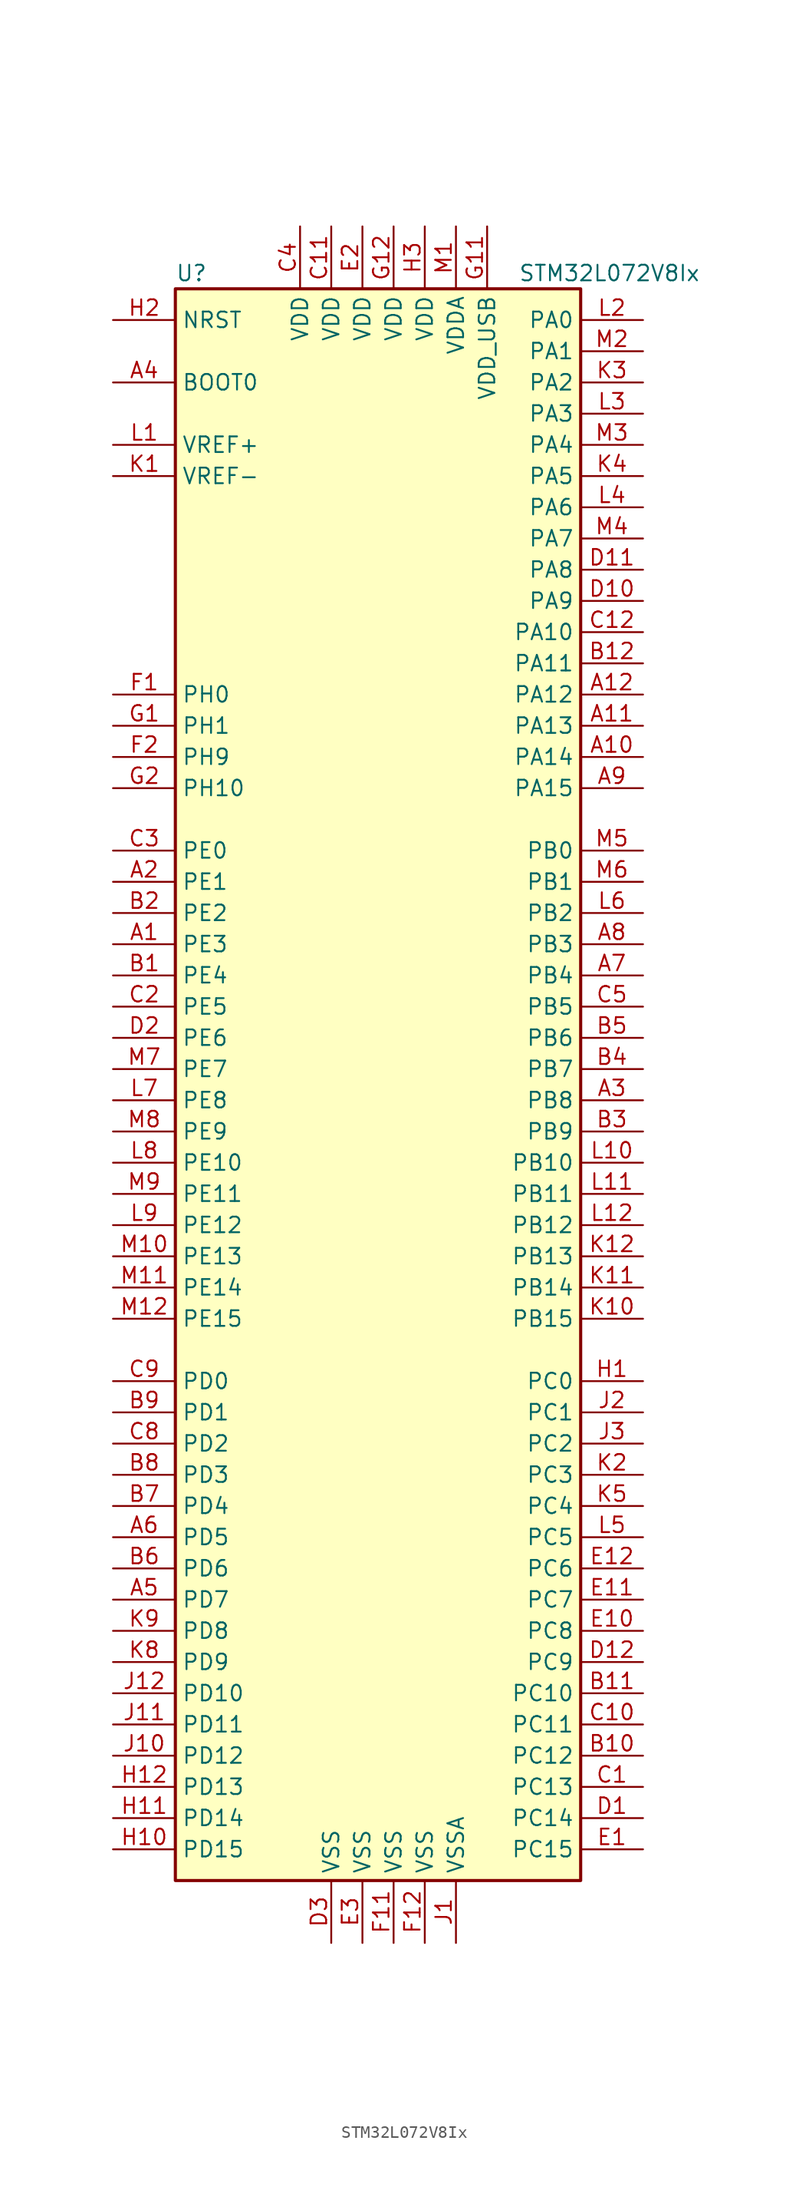
<source format=kicad_sym>
(kicad_symbol_lib
  (version 20201005)
  (generator kicad_symbol_editor)
  (symbol "STM32L072V8Ix"
    (property "Reference" "U"
      (at -17.78 64.77 0)
      (effects (font (size 1.27 1.27)) (justify left)))
    (property "Value" "STM32L072V8Ix"
      (at 10.16 64.77 0)
      (effects (font (size 1.27 1.27)) (justify left)))
    (symbol "STM32L072V8Ix_0_1"
      (rectangle (start -17.78 -66.04) (end 15.24 63.5) (stroke (width 0.254)) (fill (type background))))
    (symbol "STM32L072V8Ix_1_1"
      (pin bidirectional line (at -22.86 10.16 0) (length 5.08) (name "PE3" (effects (font (size 1.27 1.27)))) (number "A1" (effects (font (size 1.27 1.27)))))
      (pin bidirectional line (at 20.32 25.4 180) (length 5.08) (name "PA14" (effects (font (size 1.27 1.27)))) (number "A10" (effects (font (size 1.27 1.27)))))
      (pin bidirectional line (at 20.32 27.94 180) (length 5.08) (name "PA13" (effects (font (size 1.27 1.27)))) (number "A11" (effects (font (size 1.27 1.27)))))
      (pin bidirectional line (at 20.32 30.48 180) (length 5.08) (name "PA12" (effects (font (size 1.27 1.27)))) (number "A12" (effects (font (size 1.27 1.27)))))
      (pin bidirectional line (at -22.86 15.24 0) (length 5.08) (name "PE1" (effects (font (size 1.27 1.27)))) (number "A2" (effects (font (size 1.27 1.27)))))
      (pin bidirectional line (at 20.32 -2.54 180) (length 5.08) (name "PB8" (effects (font (size 1.27 1.27)))) (number "A3" (effects (font (size 1.27 1.27)))))
      (pin input line (at -22.86 55.88 0) (length 5.08) (name "BOOT0" (effects (font (size 1.27 1.27)))) (number "A4" (effects (font (size 1.27 1.27)))))
      (pin bidirectional line (at -22.86 -43.18 0) (length 5.08) (name "PD7" (effects (font (size 1.27 1.27)))) (number "A5" (effects (font (size 1.27 1.27)))))
      (pin bidirectional line (at -22.86 -38.1 0) (length 5.08) (name "PD5" (effects (font (size 1.27 1.27)))) (number "A6" (effects (font (size 1.27 1.27)))))
      (pin bidirectional line (at 20.32 7.62 180) (length 5.08) (name "PB4" (effects (font (size 1.27 1.27)))) (number "A7" (effects (font (size 1.27 1.27)))))
      (pin bidirectional line (at 20.32 10.16 180) (length 5.08) (name "PB3" (effects (font (size 1.27 1.27)))) (number "A8" (effects (font (size 1.27 1.27)))))
      (pin bidirectional line (at 20.32 22.86 180) (length 5.08) (name "PA15" (effects (font (size 1.27 1.27)))) (number "A9" (effects (font (size 1.27 1.27)))))
      (pin bidirectional line (at -22.86 7.62 0) (length 5.08) (name "PE4" (effects (font (size 1.27 1.27)))) (number "B1" (effects (font (size 1.27 1.27)))))
      (pin bidirectional line (at 20.32 -55.88 180) (length 5.08) (name "PC12" (effects (font (size 1.27 1.27)))) (number "B10" (effects (font (size 1.27 1.27)))))
      (pin bidirectional line (at 20.32 -50.8 180) (length 5.08) (name "PC10" (effects (font (size 1.27 1.27)))) (number "B11" (effects (font (size 1.27 1.27)))))
      (pin bidirectional line (at 20.32 33.02 180) (length 5.08) (name "PA11" (effects (font (size 1.27 1.27)))) (number "B12" (effects (font (size 1.27 1.27)))))
      (pin bidirectional line (at -22.86 12.7 0) (length 5.08) (name "PE2" (effects (font (size 1.27 1.27)))) (number "B2" (effects (font (size 1.27 1.27)))))
      (pin bidirectional line (at 20.32 -5.08 180) (length 5.08) (name "PB9" (effects (font (size 1.27 1.27)))) (number "B3" (effects (font (size 1.27 1.27)))))
      (pin bidirectional line (at 20.32 0 180) (length 5.08) (name "PB7" (effects (font (size 1.27 1.27)))) (number "B4" (effects (font (size 1.27 1.27)))))
      (pin bidirectional line (at 20.32 2.54 180) (length 5.08) (name "PB6" (effects (font (size 1.27 1.27)))) (number "B5" (effects (font (size 1.27 1.27)))))
      (pin bidirectional line (at -22.86 -40.64 0) (length 5.08) (name "PD6" (effects (font (size 1.27 1.27)))) (number "B6" (effects (font (size 1.27 1.27)))))
      (pin bidirectional line (at -22.86 -35.56 0) (length 5.08) (name "PD4" (effects (font (size 1.27 1.27)))) (number "B7" (effects (font (size 1.27 1.27)))))
      (pin bidirectional line (at -22.86 -33.02 0) (length 5.08) (name "PD3" (effects (font (size 1.27 1.27)))) (number "B8" (effects (font (size 1.27 1.27)))))
      (pin bidirectional line (at -22.86 -27.94 0) (length 5.08) (name "PD1" (effects (font (size 1.27 1.27)))) (number "B9" (effects (font (size 1.27 1.27)))))
      (pin bidirectional line (at 20.32 -58.42 180) (length 5.08) (name "PC13" (effects (font (size 1.27 1.27)))) (number "C1" (effects (font (size 1.27 1.27)))))
      (pin bidirectional line (at 20.32 -53.34 180) (length 5.08) (name "PC11" (effects (font (size 1.27 1.27)))) (number "C10" (effects (font (size 1.27 1.27)))))
      (pin power_in line (at -5.08 68.58 270) (length 5.08) (name "VDD" (effects (font (size 1.27 1.27)))) (number "C11" (effects (font (size 1.27 1.27)))))
      (pin bidirectional line (at 20.32 35.56 180) (length 5.08) (name "PA10" (effects (font (size 1.27 1.27)))) (number "C12" (effects (font (size 1.27 1.27)))))
      (pin bidirectional line (at -22.86 5.08 0) (length 5.08) (name "PE5" (effects (font (size 1.27 1.27)))) (number "C2" (effects (font (size 1.27 1.27)))))
      (pin bidirectional line (at -22.86 17.78 0) (length 5.08) (name "PE0" (effects (font (size 1.27 1.27)))) (number "C3" (effects (font (size 1.27 1.27)))))
      (pin power_in line (at -7.62 68.58 270) (length 5.08) (name "VDD" (effects (font (size 1.27 1.27)))) (number "C4" (effects (font (size 1.27 1.27)))))
      (pin bidirectional line (at 20.32 5.08 180) (length 5.08) (name "PB5" (effects (font (size 1.27 1.27)))) (number "C5" (effects (font (size 1.27 1.27)))))
      (pin bidirectional line (at -22.86 -30.48 0) (length 5.08) (name "PD2" (effects (font (size 1.27 1.27)))) (number "C8" (effects (font (size 1.27 1.27)))))
      (pin bidirectional line (at -22.86 -25.4 0) (length 5.08) (name "PD0" (effects (font (size 1.27 1.27)))) (number "C9" (effects (font (size 1.27 1.27)))))
      (pin bidirectional line (at 20.32 -60.96 180) (length 5.08) (name "PC14" (effects (font (size 1.27 1.27)))) (number "D1" (effects (font (size 1.27 1.27)))))
      (pin bidirectional line (at 20.32 38.1 180) (length 5.08) (name "PA9" (effects (font (size 1.27 1.27)))) (number "D10" (effects (font (size 1.27 1.27)))))
      (pin bidirectional line (at 20.32 40.64 180) (length 5.08) (name "PA8" (effects (font (size 1.27 1.27)))) (number "D11" (effects (font (size 1.27 1.27)))))
      (pin bidirectional line (at 20.32 -48.26 180) (length 5.08) (name "PC9" (effects (font (size 1.27 1.27)))) (number "D12" (effects (font (size 1.27 1.27)))))
      (pin bidirectional line (at -22.86 2.54 0) (length 5.08) (name "PE6" (effects (font (size 1.27 1.27)))) (number "D2" (effects (font (size 1.27 1.27)))))
      (pin power_in line (at -5.08 -71.12 90) (length 5.08) (name "VSS" (effects (font (size 1.27 1.27)))) (number "D3" (effects (font (size 1.27 1.27)))))
      (pin bidirectional line (at 20.32 -63.5 180) (length 5.08) (name "PC15" (effects (font (size 1.27 1.27)))) (number "E1" (effects (font (size 1.27 1.27)))))
      (pin bidirectional line (at 20.32 -45.72 180) (length 5.08) (name "PC8" (effects (font (size 1.27 1.27)))) (number "E10" (effects (font (size 1.27 1.27)))))
      (pin bidirectional line (at 20.32 -43.18 180) (length 5.08) (name "PC7" (effects (font (size 1.27 1.27)))) (number "E11" (effects (font (size 1.27 1.27)))))
      (pin bidirectional line (at 20.32 -40.64 180) (length 5.08) (name "PC6" (effects (font (size 1.27 1.27)))) (number "E12" (effects (font (size 1.27 1.27)))))
      (pin power_in line (at -2.54 68.58 270) (length 5.08) (name "VDD" (effects (font (size 1.27 1.27)))) (number "E2" (effects (font (size 1.27 1.27)))))
      (pin power_in line (at -2.54 -71.12 90) (length 5.08) (name "VSS" (effects (font (size 1.27 1.27)))) (number "E3" (effects (font (size 1.27 1.27)))))
      (pin input line (at -22.86 30.48 0) (length 5.08) (name "PH0" (effects (font (size 1.27 1.27)))) (number "F1" (effects (font (size 1.27 1.27)))))
      (pin power_in line (at 0 -71.12 90) (length 5.08) (name "VSS" (effects (font (size 1.27 1.27)))) (number "F11" (effects (font (size 1.27 1.27)))))
      (pin power_in line (at 2.54 -71.12 90) (length 5.08) (name "VSS" (effects (font (size 1.27 1.27)))) (number "F12" (effects (font (size 1.27 1.27)))))
      (pin bidirectional line (at -22.86 25.4 0) (length 5.08) (name "PH9" (effects (font (size 1.27 1.27)))) (number "F2" (effects (font (size 1.27 1.27)))))
      (pin input line (at -22.86 27.94 0) (length 5.08) (name "PH1" (effects (font (size 1.27 1.27)))) (number "G1" (effects (font (size 1.27 1.27)))))
      (pin power_in line (at 7.62 68.58 270) (length 5.08) (name "VDD_USB" (effects (font (size 1.27 1.27)))) (number "G11" (effects (font (size 1.27 1.27)))))
      (pin power_in line (at 0 68.58 270) (length 5.08) (name "VDD" (effects (font (size 1.27 1.27)))) (number "G12" (effects (font (size 1.27 1.27)))))
      (pin bidirectional line (at -22.86 22.86 0) (length 5.08) (name "PH10" (effects (font (size 1.27 1.27)))) (number "G2" (effects (font (size 1.27 1.27)))))
      (pin bidirectional line (at 20.32 -25.4 180) (length 5.08) (name "PC0" (effects (font (size 1.27 1.27)))) (number "H1" (effects (font (size 1.27 1.27)))))
      (pin bidirectional line (at -22.86 -63.5 0) (length 5.08) (name "PD15" (effects (font (size 1.27 1.27)))) (number "H10" (effects (font (size 1.27 1.27)))))
      (pin bidirectional line (at -22.86 -60.96 0) (length 5.08) (name "PD14" (effects (font (size 1.27 1.27)))) (number "H11" (effects (font (size 1.27 1.27)))))
      (pin bidirectional line (at -22.86 -58.42 0) (length 5.08) (name "PD13" (effects (font (size 1.27 1.27)))) (number "H12" (effects (font (size 1.27 1.27)))))
      (pin input line (at -22.86 60.96 0) (length 5.08) (name "NRST" (effects (font (size 1.27 1.27)))) (number "H2" (effects (font (size 1.27 1.27)))))
      (pin power_in line (at 2.54 68.58 270) (length 5.08) (name "VDD" (effects (font (size 1.27 1.27)))) (number "H3" (effects (font (size 1.27 1.27)))))
      (pin power_in line (at 5.08 -71.12 90) (length 5.08) (name "VSSA" (effects (font (size 1.27 1.27)))) (number "J1" (effects (font (size 1.27 1.27)))))
      (pin bidirectional line (at -22.86 -55.88 0) (length 5.08) (name "PD12" (effects (font (size 1.27 1.27)))) (number "J10" (effects (font (size 1.27 1.27)))))
      (pin bidirectional line (at -22.86 -53.34 0) (length 5.08) (name "PD11" (effects (font (size 1.27 1.27)))) (number "J11" (effects (font (size 1.27 1.27)))))
      (pin bidirectional line (at -22.86 -50.8 0) (length 5.08) (name "PD10" (effects (font (size 1.27 1.27)))) (number "J12" (effects (font (size 1.27 1.27)))))
      (pin bidirectional line (at 20.32 -27.94 180) (length 5.08) (name "PC1" (effects (font (size 1.27 1.27)))) (number "J2" (effects (font (size 1.27 1.27)))))
      (pin bidirectional line (at 20.32 -30.48 180) (length 5.08) (name "PC2" (effects (font (size 1.27 1.27)))) (number "J3" (effects (font (size 1.27 1.27)))))
      (pin power_in line (at -22.86 48.26 0) (length 5.08) (name "VREF-" (effects (font (size 1.27 1.27)))) (number "K1" (effects (font (size 1.27 1.27)))))
      (pin bidirectional line (at 20.32 -20.32 180) (length 5.08) (name "PB15" (effects (font (size 1.27 1.27)))) (number "K10" (effects (font (size 1.27 1.27)))))
      (pin bidirectional line (at 20.32 -17.78 180) (length 5.08) (name "PB14" (effects (font (size 1.27 1.27)))) (number "K11" (effects (font (size 1.27 1.27)))))
      (pin bidirectional line (at 20.32 -15.24 180) (length 5.08) (name "PB13" (effects (font (size 1.27 1.27)))) (number "K12" (effects (font (size 1.27 1.27)))))
      (pin bidirectional line (at 20.32 -33.02 180) (length 5.08) (name "PC3" (effects (font (size 1.27 1.27)))) (number "K2" (effects (font (size 1.27 1.27)))))
      (pin bidirectional line (at 20.32 55.88 180) (length 5.08) (name "PA2" (effects (font (size 1.27 1.27)))) (number "K3" (effects (font (size 1.27 1.27)))))
      (pin bidirectional line (at 20.32 48.26 180) (length 5.08) (name "PA5" (effects (font (size 1.27 1.27)))) (number "K4" (effects (font (size 1.27 1.27)))))
      (pin bidirectional line (at 20.32 -35.56 180) (length 5.08) (name "PC4" (effects (font (size 1.27 1.27)))) (number "K5" (effects (font (size 1.27 1.27)))))
      (pin bidirectional line (at -22.86 -48.26 0) (length 5.08) (name "PD9" (effects (font (size 1.27 1.27)))) (number "K8" (effects (font (size 1.27 1.27)))))
      (pin bidirectional line (at -22.86 -45.72 0) (length 5.08) (name "PD8" (effects (font (size 1.27 1.27)))) (number "K9" (effects (font (size 1.27 1.27)))))
      (pin power_in line (at -22.86 50.8 0) (length 5.08) (name "VREF+" (effects (font (size 1.27 1.27)))) (number "L1" (effects (font (size 1.27 1.27)))))
      (pin bidirectional line (at 20.32 -7.62 180) (length 5.08) (name "PB10" (effects (font (size 1.27 1.27)))) (number "L10" (effects (font (size 1.27 1.27)))))
      (pin bidirectional line (at 20.32 -10.16 180) (length 5.08) (name "PB11" (effects (font (size 1.27 1.27)))) (number "L11" (effects (font (size 1.27 1.27)))))
      (pin bidirectional line (at 20.32 -12.7 180) (length 5.08) (name "PB12" (effects (font (size 1.27 1.27)))) (number "L12" (effects (font (size 1.27 1.27)))))
      (pin bidirectional line (at 20.32 60.96 180) (length 5.08) (name "PA0" (effects (font (size 1.27 1.27)))) (number "L2" (effects (font (size 1.27 1.27)))))
      (pin bidirectional line (at 20.32 53.34 180) (length 5.08) (name "PA3" (effects (font (size 1.27 1.27)))) (number "L3" (effects (font (size 1.27 1.27)))))
      (pin bidirectional line (at 20.32 45.72 180) (length 5.08) (name "PA6" (effects (font (size 1.27 1.27)))) (number "L4" (effects (font (size 1.27 1.27)))))
      (pin bidirectional line (at 20.32 -38.1 180) (length 5.08) (name "PC5" (effects (font (size 1.27 1.27)))) (number "L5" (effects (font (size 1.27 1.27)))))
      (pin bidirectional line (at 20.32 12.7 180) (length 5.08) (name "PB2" (effects (font (size 1.27 1.27)))) (number "L6" (effects (font (size 1.27 1.27)))))
      (pin bidirectional line (at -22.86 -2.54 0) (length 5.08) (name "PE8" (effects (font (size 1.27 1.27)))) (number "L7" (effects (font (size 1.27 1.27)))))
      (pin bidirectional line (at -22.86 -7.62 0) (length 5.08) (name "PE10" (effects (font (size 1.27 1.27)))) (number "L8" (effects (font (size 1.27 1.27)))))
      (pin bidirectional line (at -22.86 -12.7 0) (length 5.08) (name "PE12" (effects (font (size 1.27 1.27)))) (number "L9" (effects (font (size 1.27 1.27)))))
      (pin power_in line (at 5.08 68.58 270) (length 5.08) (name "VDDA" (effects (font (size 1.27 1.27)))) (number "M1" (effects (font (size 1.27 1.27)))))
      (pin bidirectional line (at -22.86 -15.24 0) (length 5.08) (name "PE13" (effects (font (size 1.27 1.27)))) (number "M10" (effects (font (size 1.27 1.27)))))
      (pin bidirectional line (at -22.86 -17.78 0) (length 5.08) (name "PE14" (effects (font (size 1.27 1.27)))) (number "M11" (effects (font (size 1.27 1.27)))))
      (pin bidirectional line (at -22.86 -20.32 0) (length 5.08) (name "PE15" (effects (font (size 1.27 1.27)))) (number "M12" (effects (font (size 1.27 1.27)))))
      (pin bidirectional line (at 20.32 58.42 180) (length 5.08) (name "PA1" (effects (font (size 1.27 1.27)))) (number "M2" (effects (font (size 1.27 1.27)))))
      (pin bidirectional line (at 20.32 50.8 180) (length 5.08) (name "PA4" (effects (font (size 1.27 1.27)))) (number "M3" (effects (font (size 1.27 1.27)))))
      (pin bidirectional line (at 20.32 43.18 180) (length 5.08) (name "PA7" (effects (font (size 1.27 1.27)))) (number "M4" (effects (font (size 1.27 1.27)))))
      (pin bidirectional line (at 20.32 17.78 180) (length 5.08) (name "PB0" (effects (font (size 1.27 1.27)))) (number "M5" (effects (font (size 1.27 1.27)))))
      (pin bidirectional line (at 20.32 15.24 180) (length 5.08) (name "PB1" (effects (font (size 1.27 1.27)))) (number "M6" (effects (font (size 1.27 1.27)))))
      (pin bidirectional line (at -22.86 0 0) (length 5.08) (name "PE7" (effects (font (size 1.27 1.27)))) (number "M7" (effects (font (size 1.27 1.27)))))
      (pin bidirectional line (at -22.86 -5.08 0) (length 5.08) (name "PE9" (effects (font (size 1.27 1.27)))) (number "M8" (effects (font (size 1.27 1.27)))))
      (pin bidirectional line (at -22.86 -10.16 0) (length 5.08) (name "PE11" (effects (font (size 1.27 1.27)))) (number "M9" (effects (font (size 1.27 1.27))))))))
</source>
